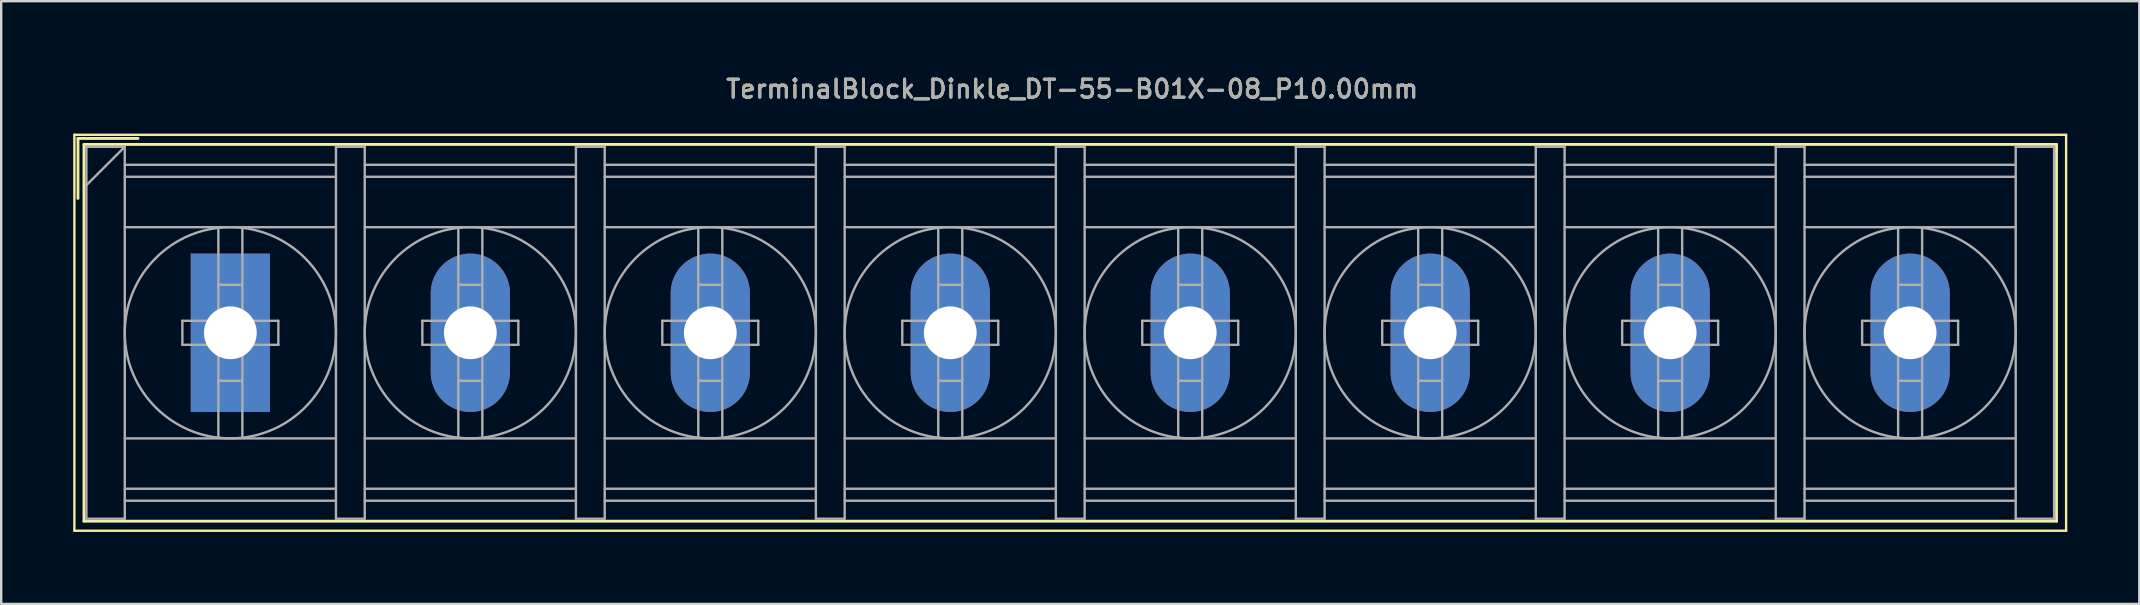
<source format=kicad_pcb>
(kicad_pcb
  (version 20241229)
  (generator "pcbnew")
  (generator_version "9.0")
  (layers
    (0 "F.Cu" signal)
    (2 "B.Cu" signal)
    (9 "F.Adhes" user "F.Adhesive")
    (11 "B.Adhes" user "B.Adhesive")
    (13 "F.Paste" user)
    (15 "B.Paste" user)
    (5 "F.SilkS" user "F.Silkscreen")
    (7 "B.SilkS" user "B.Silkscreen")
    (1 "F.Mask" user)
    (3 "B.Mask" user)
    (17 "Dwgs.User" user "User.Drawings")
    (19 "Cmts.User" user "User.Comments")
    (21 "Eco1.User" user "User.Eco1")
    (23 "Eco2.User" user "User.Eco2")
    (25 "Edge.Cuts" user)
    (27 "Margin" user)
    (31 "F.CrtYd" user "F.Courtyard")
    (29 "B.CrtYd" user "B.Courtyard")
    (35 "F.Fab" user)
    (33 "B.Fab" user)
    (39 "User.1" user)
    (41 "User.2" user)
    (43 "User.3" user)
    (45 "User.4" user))
  (footprint "TerminalBlock_Dinkle_DT-55-B01X-08_P10.00mm"
    (layer "F.Cu")
    (at 6.55 10.818)
    (property "Reference" "TerminalBlock_Dinkle_DT-55-B01X-08_P10.00mm" (at 35.08 -10.16 0) (layer "F.SilkS") (effects (font (size 0.75 0.75) (thickness 0.125))))
    (attr through_hole)
    (fp_line (start -6.5 -8.25) (end 76.5 -8.25) (stroke (width 0.1) (type solid)) (layer "F.SilkS"))
    (fp_line (start -6.5 8.25) (end -6.5 -8.25) (stroke (width 0.1) (type solid)) (layer "F.SilkS"))
    (fp_line (start -6.5 8.25) (end 76.5 8.25) (stroke (width 0.1) (type solid)) (layer "F.SilkS"))
    (fp_line (start -6.35 -8.1) (end -3.85 -8.1) (stroke (width 0.12) (type solid)) (layer "F.SilkS"))
    (fp_line (start -6.35 -5.6) (end -6.35 -8.1) (stroke (width 0.12) (type solid)) (layer "F.SilkS"))
    (fp_line (start -6.1 -7.85) (end 76.1 -7.85) (stroke (width 0.12) (type solid)) (layer "F.SilkS"))
    (fp_line (start -6.1 7.85) (end -6.1 -7.85) (stroke (width 0.12) (type solid)) (layer "F.SilkS"))
    (fp_line (start -6.1 7.85) (end 76.1 7.85) (stroke (width 0.12) (type solid)) (layer "F.SilkS"))
    (fp_line (start 76.1 -7.85) (end 76.1 7.85) (stroke (width 0.12) (type solid)) (layer "F.SilkS"))
    (fp_line (start 76.5 -8.25) (end 76.5 8.25) (stroke (width 0.1) (type solid)) (layer "F.SilkS"))
    (fp_line (start -6 -7.75) (end -6 7.75) (stroke (width 0.1) (type solid)) (layer "F.Fab"))
    (fp_line (start -6 -7.75) (end -4.4 -7.75) (stroke (width 0.1) (type solid)) (layer "F.Fab"))
    (fp_line (start -6 7.75) (end -4.4 7.75) (stroke (width 0.1) (type solid)) (layer "F.Fab"))
    (fp_line (start -4.4 -7.75) (end -6 -6.15) (stroke (width 0.1) (type solid)) (layer "F.Fab"))
    (fp_line (start -4.4 -7.75) (end -4.4 7.75) (stroke (width 0.1) (type solid)) (layer "F.Fab"))
    (fp_line (start -4.4 -7) (end 4.4 -7) (stroke (width 0.1) (type solid)) (layer "F.Fab"))
    (fp_line (start -4.4 -6.5) (end 4.4 -6.5) (stroke (width 0.1) (type solid)) (layer "F.Fab"))
    (fp_line (start -4.4 -4.4) (end 4.4 -4.4) (stroke (width 0.1) (type solid)) (layer "F.Fab"))
    (fp_line (start -4.4 4.4) (end 4.4 4.4) (stroke (width 0.1) (type solid)) (layer "F.Fab"))
    (fp_line (start -4.4 6.5) (end 4.4 6.5) (stroke (width 0.1) (type solid)) (layer "F.Fab"))
    (fp_line (start -4.4 7) (end 4.4 7) (stroke (width 0.1) (type solid)) (layer "F.Fab"))
    (fp_line (start -2 -0.5) (end -2 0.5) (stroke (width 0.1) (type solid)) (layer "F.Fab"))
    (fp_line (start -2 0.5) (end -0.5 0.5) (stroke (width 0.1) (type solid)) (layer "F.Fab"))
    (fp_line (start -0.5 -4.35) (end -0.5 -0.5) (stroke (width 0.1) (type solid)) (layer "F.Fab"))
    (fp_line (start -0.5 -2) (end 0.5 -2) (stroke (width 0.1) (type solid)) (layer "F.Fab"))
    (fp_line (start -0.5 -0.5) (end -2 -0.5) (stroke (width 0.1) (type solid)) (layer "F.Fab"))
    (fp_line (start -0.5 0.5) (end -0.5 4.35) (stroke (width 0.1) (type solid)) (layer "F.Fab"))
    (fp_line (start -0.5 2) (end 0.5 2) (stroke (width 0.1) (type solid)) (layer "F.Fab"))
    (fp_line (start 0.5 -4.35) (end 0.5 -0.5) (stroke (width 0.1) (type solid)) (layer "F.Fab"))
    (fp_line (start 0.5 -0.5) (end 2 -0.5) (stroke (width 0.1) (type solid)) (layer "F.Fab"))
    (fp_line (start 0.5 0.5) (end 0.5 4.35) (stroke (width 0.1) (type solid)) (layer "F.Fab"))
    (fp_line (start 2 -0.5) (end 2 0.5) (stroke (width 0.1) (type solid)) (layer "F.Fab"))
    (fp_line (start 2 0.5) (end 0.5 0.5) (stroke (width 0.1) (type solid)) (layer "F.Fab"))
    (fp_line (start 4.4 -7.75) (end 4.4 7.75) (stroke (width 0.1) (type solid)) (layer "F.Fab"))
    (fp_line (start 4.4 -7.75) (end 5.6 -7.75) (stroke (width 0.1) (type solid)) (layer "F.Fab"))
    (fp_line (start 4.4 7.75) (end 5.6 7.75) (stroke (width 0.1) (type solid)) (layer "F.Fab"))
    (fp_line (start 5.6 -7.75) (end 5.6 7.75) (stroke (width 0.1) (type solid)) (layer "F.Fab"))
    (fp_line (start 5.6 -7) (end 14.4 -7) (stroke (width 0.1) (type solid)) (layer "F.Fab"))
    (fp_line (start 5.6 -6.5) (end 14.4 -6.5) (stroke (width 0.1) (type solid)) (layer "F.Fab"))
    (fp_line (start 5.6 -4.4) (end 14.4 -4.4) (stroke (width 0.1) (type solid)) (layer "F.Fab"))
    (fp_line (start 5.6 4.4) (end 14.4 4.4) (stroke (width 0.1) (type solid)) (layer "F.Fab"))
    (fp_line (start 5.6 6.5) (end 14.4 6.5) (stroke (width 0.1) (type solid)) (layer "F.Fab"))
    (fp_line (start 5.6 7) (end 14.4 7) (stroke (width 0.1) (type solid)) (layer "F.Fab"))
    (fp_line (start 8 -0.5) (end 8 0.5) (stroke (width 0.1) (type solid)) (layer "F.Fab"))
    (fp_line (start 8 0.5) (end 9.5 0.5) (stroke (width 0.1) (type solid)) (layer "F.Fab"))
    (fp_line (start 9.5 -4.35) (end 9.5 -0.5) (stroke (width 0.1) (type solid)) (layer "F.Fab"))
    (fp_line (start 9.5 -2) (end 10.5 -2) (stroke (width 0.1) (type solid)) (layer "F.Fab"))
    (fp_line (start 9.5 -0.5) (end 8 -0.5) (stroke (width 0.1) (type solid)) (layer "F.Fab"))
    (fp_line (start 9.5 0.5) (end 9.5 4.35) (stroke (width 0.1) (type solid)) (layer "F.Fab"))
    (fp_line (start 9.5 2) (end 10.5 2) (stroke (width 0.1) (type solid)) (layer "F.Fab"))
    (fp_line (start 10.5 -4.35) (end 10.5 -0.5) (stroke (width 0.1) (type solid)) (layer "F.Fab"))
    (fp_line (start 10.5 -0.5) (end 12 -0.5) (stroke (width 0.1) (type solid)) (layer "F.Fab"))
    (fp_line (start 10.5 0.5) (end 10.5 4.35) (stroke (width 0.1) (type solid)) (layer "F.Fab"))
    (fp_line (start 12 -0.5) (end 12 0.5) (stroke (width 0.1) (type solid)) (layer "F.Fab"))
    (fp_line (start 12 0.5) (end 10.5 0.5) (stroke (width 0.1) (type solid)) (layer "F.Fab"))
    (fp_line (start 14.4 -7.75) (end 14.4 7.75) (stroke (width 0.1) (type solid)) (layer "F.Fab"))
    (fp_line (start 14.4 -7.75) (end 15.6 -7.75) (stroke (width 0.1) (type solid)) (layer "F.Fab"))
    (fp_line (start 14.4 7.75) (end 15.6 7.75) (stroke (width 0.1) (type solid)) (layer "F.Fab"))
    (fp_line (start 15.6 -7.75) (end 15.6 7.75) (stroke (width 0.1) (type solid)) (layer "F.Fab"))
    (fp_line (start 15.6 -7) (end 24.4 -7) (stroke (width 0.1) (type solid)) (layer "F.Fab"))
    (fp_line (start 15.6 -6.5) (end 24.4 -6.5) (stroke (width 0.1) (type solid)) (layer "F.Fab"))
    (fp_line (start 15.6 -4.4) (end 24.4 -4.4) (stroke (width 0.1) (type solid)) (layer "F.Fab"))
    (fp_line (start 15.6 4.4) (end 24.4 4.4) (stroke (width 0.1) (type solid)) (layer "F.Fab"))
    (fp_line (start 15.6 6.5) (end 24.4 6.5) (stroke (width 0.1) (type solid)) (layer "F.Fab"))
    (fp_line (start 15.6 7) (end 24.4 7) (stroke (width 0.1) (type solid)) (layer "F.Fab"))
    (fp_line (start 18 -0.5) (end 18 0.5) (stroke (width 0.1) (type solid)) (layer "F.Fab"))
    (fp_line (start 18 0.5) (end 19.5 0.5) (stroke (width 0.1) (type solid)) (layer "F.Fab"))
    (fp_line (start 19.5 -4.35) (end 19.5 -0.5) (stroke (width 0.1) (type solid)) (layer "F.Fab"))
    (fp_line (start 19.5 -2) (end 20.5 -2) (stroke (width 0.1) (type solid)) (layer "F.Fab"))
    (fp_line (start 19.5 -0.5) (end 18 -0.5) (stroke (width 0.1) (type solid)) (layer "F.Fab"))
    (fp_line (start 19.5 0.5) (end 19.5 4.35) (stroke (width 0.1) (type solid)) (layer "F.Fab"))
    (fp_line (start 19.5 2) (end 20.5 2) (stroke (width 0.1) (type solid)) (layer "F.Fab"))
    (fp_line (start 20.5 -4.35) (end 20.5 -0.5) (stroke (width 0.1) (type solid)) (layer "F.Fab"))
    (fp_line (start 20.5 -0.5) (end 22 -0.5) (stroke (width 0.1) (type solid)) (layer "F.Fab"))
    (fp_line (start 20.5 0.5) (end 20.5 4.35) (stroke (width 0.1) (type solid)) (layer "F.Fab"))
    (fp_line (start 22 -0.5) (end 22 0.5) (stroke (width 0.1) (type solid)) (layer "F.Fab"))
    (fp_line (start 22 0.5) (end 20.5 0.5) (stroke (width 0.1) (type solid)) (layer "F.Fab"))
    (fp_line (start 24.4 -7.75) (end 24.4 7.75) (stroke (width 0.1) (type solid)) (layer "F.Fab"))
    (fp_line (start 24.4 -7.75) (end 25.6 -7.75) (stroke (width 0.1) (type solid)) (layer "F.Fab"))
    (fp_line (start 24.4 7.75) (end 25.6 7.75) (stroke (width 0.1) (type solid)) (layer "F.Fab"))
    (fp_line (start 25.6 -7.75) (end 25.6 7.75) (stroke (width 0.1) (type solid)) (layer "F.Fab"))
    (fp_line (start 25.6 -7) (end 34.4 -7) (stroke (width 0.1) (type solid)) (layer "F.Fab"))
    (fp_line (start 25.6 -6.5) (end 34.4 -6.5) (stroke (width 0.1) (type solid)) (layer "F.Fab"))
    (fp_line (start 25.6 -4.4) (end 34.4 -4.4) (stroke (width 0.1) (type solid)) (layer "F.Fab"))
    (fp_line (start 25.6 4.4) (end 34.4 4.4) (stroke (width 0.1) (type solid)) (layer "F.Fab"))
    (fp_line (start 25.6 6.5) (end 34.4 6.5) (stroke (width 0.1) (type solid)) (layer "F.Fab"))
    (fp_line (start 25.6 7) (end 34.4 7) (stroke (width 0.1) (type solid)) (layer "F.Fab"))
    (fp_line (start 28 -0.5) (end 28 0.5) (stroke (width 0.1) (type solid)) (layer "F.Fab"))
    (fp_line (start 28 0.5) (end 29.5 0.5) (stroke (width 0.1) (type solid)) (layer "F.Fab"))
    (fp_line (start 29.5 -4.35) (end 29.5 -0.5) (stroke (width 0.1) (type solid)) (layer "F.Fab"))
    (fp_line (start 29.5 -2) (end 30.5 -2) (stroke (width 0.1) (type solid)) (layer "F.Fab"))
    (fp_line (start 29.5 -0.5) (end 28 -0.5) (stroke (width 0.1) (type solid)) (layer "F.Fab"))
    (fp_line (start 29.5 0.5) (end 29.5 4.35) (stroke (width 0.1) (type solid)) (layer "F.Fab"))
    (fp_line (start 29.5 2) (end 30.5 2) (stroke (width 0.1) (type solid)) (layer "F.Fab"))
    (fp_line (start 30.5 -4.35) (end 30.5 -0.5) (stroke (width 0.1) (type solid)) (layer "F.Fab"))
    (fp_line (start 30.5 -0.5) (end 32 -0.5) (stroke (width 0.1) (type solid)) (layer "F.Fab"))
    (fp_line (start 30.5 0.5) (end 30.5 4.35) (stroke (width 0.1) (type solid)) (layer "F.Fab"))
    (fp_line (start 32 -0.5) (end 32 0.5) (stroke (width 0.1) (type solid)) (layer "F.Fab"))
    (fp_line (start 32 0.5) (end 30.5 0.5) (stroke (width 0.1) (type solid)) (layer "F.Fab"))
    (fp_line (start 34.4 -7.75) (end 34.4 7.75) (stroke (width 0.1) (type solid)) (layer "F.Fab"))
    (fp_line (start 34.4 -7.75) (end 35.6 -7.75) (stroke (width 0.1) (type solid)) (layer "F.Fab"))
    (fp_line (start 34.4 7.75) (end 35.6 7.75) (stroke (width 0.1) (type solid)) (layer "F.Fab"))
    (fp_line (start 35.6 -7.75) (end 35.6 7.75) (stroke (width 0.1) (type solid)) (layer "F.Fab"))
    (fp_line (start 35.6 -7) (end 44.4 -7) (stroke (width 0.1) (type solid)) (layer "F.Fab"))
    (fp_line (start 35.6 -6.5) (end 44.4 -6.5) (stroke (width 0.1) (type solid)) (layer "F.Fab"))
    (fp_line (start 35.6 -4.4) (end 44.4 -4.4) (stroke (width 0.1) (type solid)) (layer "F.Fab"))
    (fp_line (start 35.6 4.4) (end 44.4 4.4) (stroke (width 0.1) (type solid)) (layer "F.Fab"))
    (fp_line (start 35.6 6.5) (end 44.4 6.5) (stroke (width 0.1) (type solid)) (layer "F.Fab"))
    (fp_line (start 35.6 7) (end 44.4 7) (stroke (width 0.1) (type solid)) (layer "F.Fab"))
    (fp_line (start 38 -0.5) (end 38 0.5) (stroke (width 0.1) (type solid)) (layer "F.Fab"))
    (fp_line (start 38 0.5) (end 39.5 0.5) (stroke (width 0.1) (type solid)) (layer "F.Fab"))
    (fp_line (start 39.5 -4.35) (end 39.5 -0.5) (stroke (width 0.1) (type solid)) (layer "F.Fab"))
    (fp_line (start 39.5 -2) (end 40.5 -2) (stroke (width 0.1) (type solid)) (layer "F.Fab"))
    (fp_line (start 39.5 -0.5) (end 38 -0.5) (stroke (width 0.1) (type solid)) (layer "F.Fab"))
    (fp_line (start 39.5 0.5) (end 39.5 4.35) (stroke (width 0.1) (type solid)) (layer "F.Fab"))
    (fp_line (start 39.5 2) (end 40.5 2) (stroke (width 0.1) (type solid)) (layer "F.Fab"))
    (fp_line (start 40.5 -4.35) (end 40.5 -0.5) (stroke (width 0.1) (type solid)) (layer "F.Fab"))
    (fp_line (start 40.5 -0.5) (end 42 -0.5) (stroke (width 0.1) (type solid)) (layer "F.Fab"))
    (fp_line (start 40.5 0.5) (end 40.5 4.35) (stroke (width 0.1) (type solid)) (layer "F.Fab"))
    (fp_line (start 42 -0.5) (end 42 0.5) (stroke (width 0.1) (type solid)) (layer "F.Fab"))
    (fp_line (start 42 0.5) (end 40.5 0.5) (stroke (width 0.1) (type solid)) (layer "F.Fab"))
    (fp_line (start 44.4 -7.75) (end 44.4 7.75) (stroke (width 0.1) (type solid)) (layer "F.Fab"))
    (fp_line (start 44.4 -7.75) (end 45.6 -7.75) (stroke (width 0.1) (type solid)) (layer "F.Fab"))
    (fp_line (start 44.4 7.75) (end 45.6 7.75) (stroke (width 0.1) (type solid)) (layer "F.Fab"))
    (fp_line (start 45.6 -7.75) (end 45.6 7.75) (stroke (width 0.1) (type solid)) (layer "F.Fab"))
    (fp_line (start 45.6 -7) (end 54.4 -7) (stroke (width 0.1) (type solid)) (layer "F.Fab"))
    (fp_line (start 45.6 -6.5) (end 54.4 -6.5) (stroke (width 0.1) (type solid)) (layer "F.Fab"))
    (fp_line (start 45.6 -4.4) (end 54.4 -4.4) (stroke (width 0.1) (type solid)) (layer "F.Fab"))
    (fp_line (start 45.6 4.4) (end 54.4 4.4) (stroke (width 0.1) (type solid)) (layer "F.Fab"))
    (fp_line (start 45.6 6.5) (end 54.4 6.5) (stroke (width 0.1) (type solid)) (layer "F.Fab"))
    (fp_line (start 45.6 7) (end 54.4 7) (stroke (width 0.1) (type solid)) (layer "F.Fab"))
    (fp_line (start 48 -0.5) (end 48 0.5) (stroke (width 0.1) (type solid)) (layer "F.Fab"))
    (fp_line (start 48 0.5) (end 49.5 0.5) (stroke (width 0.1) (type solid)) (layer "F.Fab"))
    (fp_line (start 49.5 -4.35) (end 49.5 -0.5) (stroke (width 0.1) (type solid)) (layer "F.Fab"))
    (fp_line (start 49.5 -2) (end 50.5 -2) (stroke (width 0.1) (type solid)) (layer "F.Fab"))
    (fp_line (start 49.5 -0.5) (end 48 -0.5) (stroke (width 0.1) (type solid)) (layer "F.Fab"))
    (fp_line (start 49.5 0.5) (end 49.5 4.35) (stroke (width 0.1) (type solid)) (layer "F.Fab"))
    (fp_line (start 49.5 2) (end 50.5 2) (stroke (width 0.1) (type solid)) (layer "F.Fab"))
    (fp_line (start 50.5 -4.35) (end 50.5 -0.5) (stroke (width 0.1) (type solid)) (layer "F.Fab"))
    (fp_line (start 50.5 -0.5) (end 52 -0.5) (stroke (width 0.1) (type solid)) (layer "F.Fab"))
    (fp_line (start 50.5 0.5) (end 50.5 4.35) (stroke (width 0.1) (type solid)) (layer "F.Fab"))
    (fp_line (start 52 -0.5) (end 52 0.5) (stroke (width 0.1) (type solid)) (layer "F.Fab"))
    (fp_line (start 52 0.5) (end 50.5 0.5) (stroke (width 0.1) (type solid)) (layer "F.Fab"))
    (fp_line (start 54.4 -7.75) (end 54.4 7.75) (stroke (width 0.1) (type solid)) (layer "F.Fab"))
    (fp_line (start 54.4 -7.75) (end 55.6 -7.75) (stroke (width 0.1) (type solid)) (layer "F.Fab"))
    (fp_line (start 54.4 7.75) (end 55.6 7.75) (stroke (width 0.1) (type solid)) (layer "F.Fab"))
    (fp_line (start 55.6 -7.75) (end 55.6 7.75) (stroke (width 0.1) (type solid)) (layer "F.Fab"))
    (fp_line (start 55.6 -7) (end 64.4 -7) (stroke (width 0.1) (type solid)) (layer "F.Fab"))
    (fp_line (start 55.6 -6.5) (end 64.4 -6.5) (stroke (width 0.1) (type solid)) (layer "F.Fab"))
    (fp_line (start 55.6 -4.4) (end 64.4 -4.4) (stroke (width 0.1) (type solid)) (layer "F.Fab"))
    (fp_line (start 55.6 4.4) (end 64.4 4.4) (stroke (width 0.1) (type solid)) (layer "F.Fab"))
    (fp_line (start 55.6 6.5) (end 64.4 6.5) (stroke (width 0.1) (type solid)) (layer "F.Fab"))
    (fp_line (start 55.6 7) (end 64.4 7) (stroke (width 0.1) (type solid)) (layer "F.Fab"))
    (fp_line (start 58 -0.5) (end 58 0.5) (stroke (width 0.1) (type solid)) (layer "F.Fab"))
    (fp_line (start 58 0.5) (end 59.5 0.5) (stroke (width 0.1) (type solid)) (layer "F.Fab"))
    (fp_line (start 59.5 -4.35) (end 59.5 -0.5) (stroke (width 0.1) (type solid)) (layer "F.Fab"))
    (fp_line (start 59.5 -2) (end 60.5 -2) (stroke (width 0.1) (type solid)) (layer "F.Fab"))
    (fp_line (start 59.5 -0.5) (end 58 -0.5) (stroke (width 0.1) (type solid)) (layer "F.Fab"))
    (fp_line (start 59.5 0.5) (end 59.5 4.35) (stroke (width 0.1) (type solid)) (layer "F.Fab"))
    (fp_line (start 59.5 2) (end 60.5 2) (stroke (width 0.1) (type solid)) (layer "F.Fab"))
    (fp_line (start 60.5 -4.35) (end 60.5 -0.5) (stroke (width 0.1) (type solid)) (layer "F.Fab"))
    (fp_line (start 60.5 -0.5) (end 62 -0.5) (stroke (width 0.1) (type solid)) (layer "F.Fab"))
    (fp_line (start 60.5 0.5) (end 60.5 4.35) (stroke (width 0.1) (type solid)) (layer "F.Fab"))
    (fp_line (start 62 -0.5) (end 62 0.5) (stroke (width 0.1) (type solid)) (layer "F.Fab"))
    (fp_line (start 62 0.5) (end 60.5 0.5) (stroke (width 0.1) (type solid)) (layer "F.Fab"))
    (fp_line (start 64.4 -7.75) (end 64.4 7.75) (stroke (width 0.1) (type solid)) (layer "F.Fab"))
    (fp_line (start 64.4 -7.75) (end 65.6 -7.75) (stroke (width 0.1) (type solid)) (layer "F.Fab"))
    (fp_line (start 64.4 7.75) (end 65.6 7.75) (stroke (width 0.1) (type solid)) (layer "F.Fab"))
    (fp_line (start 65.6 -7.75) (end 65.6 7.75) (stroke (width 0.1) (type solid)) (layer "F.Fab"))
    (fp_line (start 65.6 -7) (end 74.4 -7) (stroke (width 0.1) (type solid)) (layer "F.Fab"))
    (fp_line (start 65.6 -6.5) (end 74.4 -6.5) (stroke (width 0.1) (type solid)) (layer "F.Fab"))
    (fp_line (start 65.6 -4.4) (end 74.4 -4.4) (stroke (width 0.1) (type solid)) (layer "F.Fab"))
    (fp_line (start 65.6 4.4) (end 74.4 4.4) (stroke (width 0.1) (type solid)) (layer "F.Fab"))
    (fp_line (start 65.6 6.5) (end 74.4 6.5) (stroke (width 0.1) (type solid)) (layer "F.Fab"))
    (fp_line (start 65.6 7) (end 74.4 7) (stroke (width 0.1) (type solid)) (layer "F.Fab"))
    (fp_line (start 68 -0.5) (end 68 0.5) (stroke (width 0.1) (type solid)) (layer "F.Fab"))
    (fp_line (start 68 0.5) (end 69.5 0.5) (stroke (width 0.1) (type solid)) (layer "F.Fab"))
    (fp_line (start 69.5 -4.35) (end 69.5 -0.5) (stroke (width 0.1) (type solid)) (layer "F.Fab"))
    (fp_line (start 69.5 -2) (end 70.5 -2) (stroke (width 0.1) (type solid)) (layer "F.Fab"))
    (fp_line (start 69.5 -0.5) (end 68 -0.5) (stroke (width 0.1) (type solid)) (layer "F.Fab"))
    (fp_line (start 69.5 0.5) (end 69.5 4.35) (stroke (width 0.1) (type solid)) (layer "F.Fab"))
    (fp_line (start 69.5 2) (end 70.5 2) (stroke (width 0.1) (type solid)) (layer "F.Fab"))
    (fp_line (start 70.5 -4.35) (end 70.5 -0.5) (stroke (width 0.1) (type solid)) (layer "F.Fab"))
    (fp_line (start 70.5 -0.5) (end 72 -0.5) (stroke (width 0.1) (type solid)) (layer "F.Fab"))
    (fp_line (start 70.5 0.5) (end 70.5 4.35) (stroke (width 0.1) (type solid)) (layer "F.Fab"))
    (fp_line (start 72 -0.5) (end 72 0.5) (stroke (width 0.1) (type solid)) (layer "F.Fab"))
    (fp_line (start 72 0.5) (end 70.5 0.5) (stroke (width 0.1) (type solid)) (layer "F.Fab"))
    (fp_line (start 74.4 -7.75) (end 74.4 7.75) (stroke (width 0.1) (type solid)) (layer "F.Fab"))
    (fp_line (start 74.4 -7.75) (end 76 -7.75) (stroke (width 0.1) (type solid)) (layer "F.Fab"))
    (fp_line (start 74.4 7.75) (end 76 7.75) (stroke (width 0.1) (type solid)) (layer "F.Fab"))
    (fp_line (start 76 -7.75) (end 76 7.75) (stroke (width 0.1) (type solid)) (layer "F.Fab"))
    (fp_circle (center 0 0) (end 0.5 0.5) (stroke (width 0.1) (type solid)) (fill no) (layer "F.Fab"))
    (fp_circle (center 0 0) (end 4.4 0) (stroke (width 0.1) (type solid)) (fill no) (layer "F.Fab"))
    (fp_circle (center 10 0) (end 10.5 0.5) (stroke (width 0.1) (type solid)) (fill no) (layer "F.Fab"))
    (fp_circle (center 10 0) (end 14.4 0) (stroke (width 0.1) (type solid)) (fill no) (layer "F.Fab"))
    (fp_circle (center 20 0) (end 20.5 0.5) (stroke (width 0.1) (type solid)) (fill no) (layer "F.Fab"))
    (fp_circle (center 20 0) (end 24.4 0) (stroke (width 0.1) (type solid)) (fill no) (layer "F.Fab"))
    (fp_circle (center 30 0) (end 30.5 0.5) (stroke (width 0.1) (type solid)) (fill no) (layer "F.Fab"))
    (fp_circle (center 30 0) (end 34.4 0) (stroke (width 0.1) (type solid)) (fill no) (layer "F.Fab"))
    (fp_circle (center 40 0) (end 40.5 0.5) (stroke (width 0.1) (type solid)) (fill no) (layer "F.Fab"))
    (fp_circle (center 40 0) (end 44.4 0) (stroke (width 0.1) (type solid)) (fill no) (layer "F.Fab"))
    (fp_circle (center 50 0) (end 50.5 0.5) (stroke (width 0.1) (type solid)) (fill no) (layer "F.Fab"))
    (fp_circle (center 50 0) (end 54.4 0) (stroke (width 0.1) (type solid)) (fill no) (layer "F.Fab"))
    (fp_circle (center 60 0) (end 60.5 0.5) (stroke (width 0.1) (type solid)) (fill no) (layer "F.Fab"))
    (fp_circle (center 60 0) (end 64.4 0) (stroke (width 0.1) (type solid)) (fill no) (layer "F.Fab"))
    (fp_circle (center 70 0) (end 70.5 0.5) (stroke (width 0.1) (type solid)) (fill no) (layer "F.Fab"))
    (fp_circle (center 70 0) (end 74.4 0) (stroke (width 0.1) (type solid)) (fill no) (layer "F.Fab"))
    (fp_text user "${REFERENCE}" (at 35.08 -10.16 0) (layer "F.Fab") (effects (font (size 0.75 0.75) (thickness 0.125))))
    (pad "1" thru_hole rect (at 0 0) (size 3.3 6.6) (drill 2.2) (layers "*.Cu" "*.Mask"))
    (pad "2" thru_hole oval (at 10 0) (size 3.3 6.6) (drill 2.2) (layers "*.Cu" "*.Mask"))
    (pad "3" thru_hole oval (at 20 0) (size 3.3 6.6) (drill 2.2) (layers "*.Cu" "*.Mask"))
    (pad "4" thru_hole oval (at 30 0) (size 3.3 6.6) (drill 2.2) (layers "*.Cu" "*.Mask"))
    (pad "5" thru_hole oval (at 40 0) (size 3.3 6.6) (drill 2.2) (layers "*.Cu" "*.Mask"))
    (pad "6" thru_hole oval (at 50 0) (size 3.3 6.6) (drill 2.2) (layers "*.Cu" "*.Mask"))
    (pad "7" thru_hole oval (at 60 0) (size 3.3 6.6) (drill 2.2) (layers "*.Cu" "*.Mask"))
    (pad "8" thru_hole oval (at 70 0) (size 3.3 6.6) (drill 2.2) (layers "*.Cu" "*.Mask")))
  (gr_rect
    (start -3 -3)
    (end 86.1 22.118)
    (stroke (width 0.1) (type default))
    (fill no)
    (layer "Edge.Cuts")))
</source>
